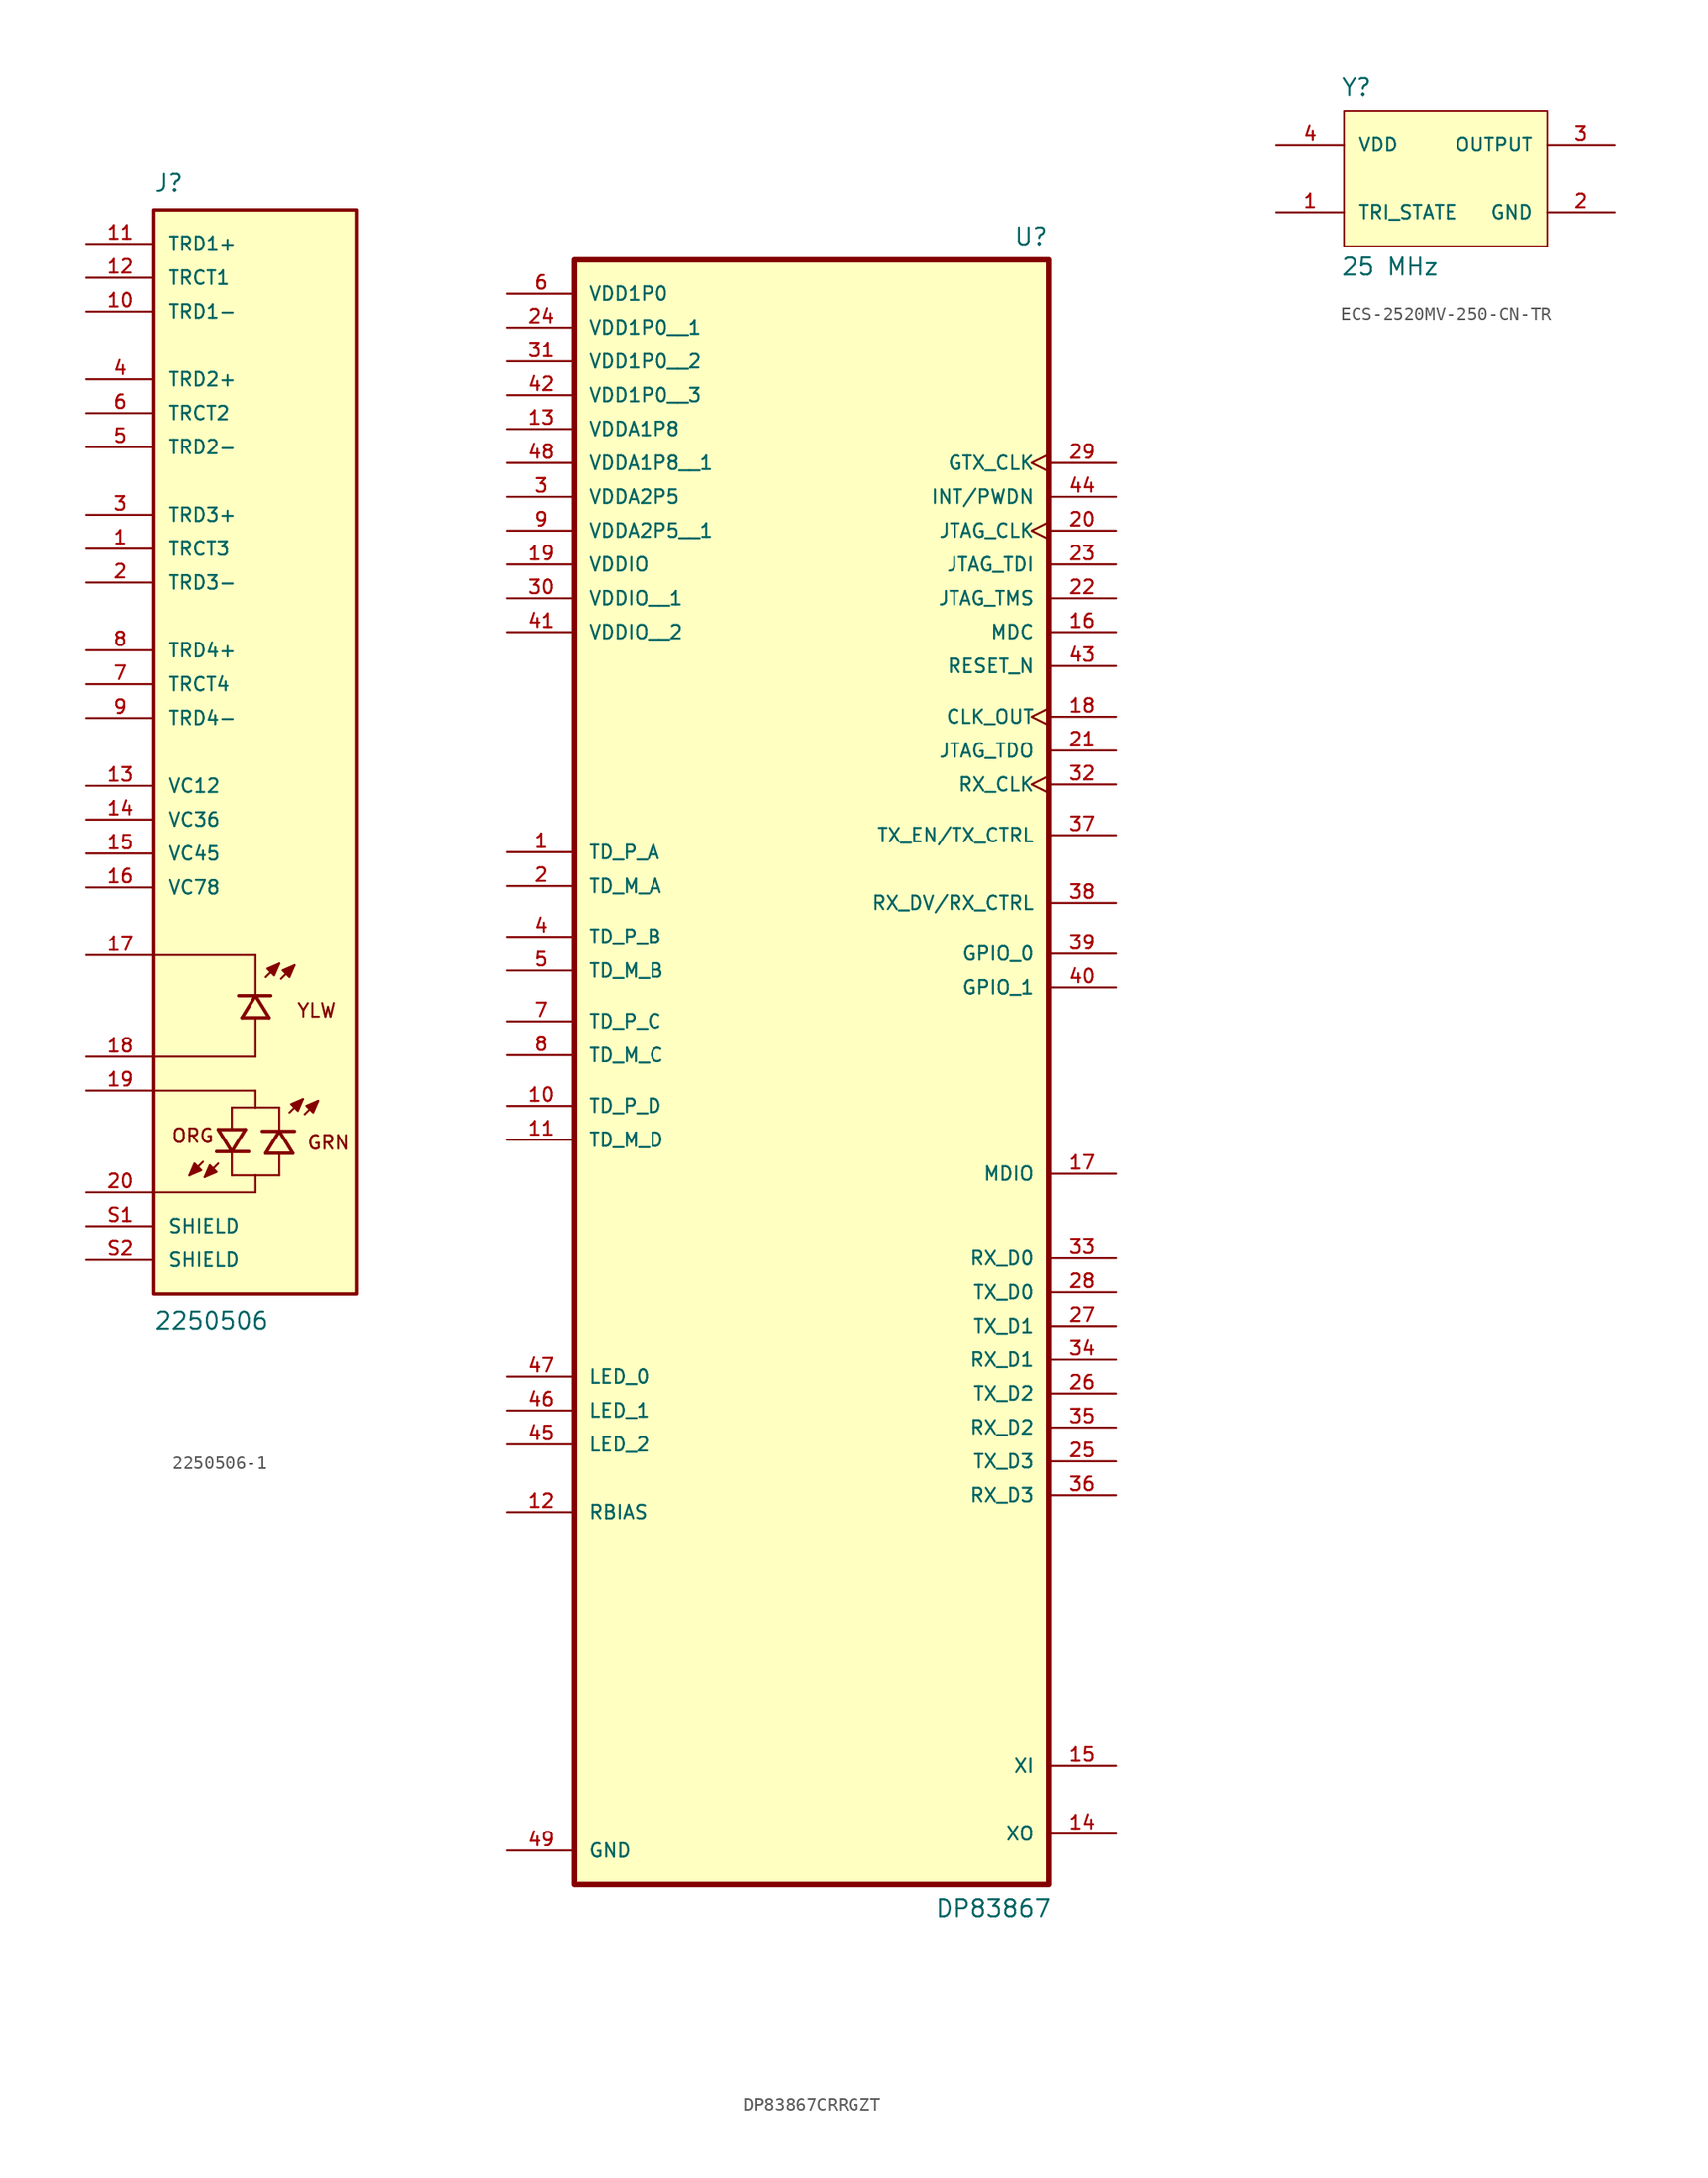
<source format=kicad_sym>
(kicad_symbol_lib
  (version 20231120)
  (generator "kicad_symbol_editor")
  (generator_version "8.0")
  (symbol "2250506-1"
    (pin_names
      (offset 1.016))
    (property "Reference" "J"
      (at -7.62 41.91 0)
      (effects (font (size 1.27 1.27)) (justify left bottom)))
    (property "Value" "2250506"
      (at -7.62 -41.91 0)
      (effects (font (size 1.27 1.27)) (justify left top)))
    (symbol "2250506-1_0_0"
      (rectangle (start -7.62 -40.64) (end 7.62 40.64) (stroke (width 0.254) (type default)) (fill (type background)))
      (polyline (pts (xy -3.937 -30.734) (xy -4.953 -31.75)) (stroke (width 0.152) (type default)) (fill (type none)))
      (polyline (pts (xy -2.921 -29.972) (xy -1.778 -29.972)) (stroke (width 0.254) (type default)) (fill (type none)))
      (polyline (pts (xy -2.794 -30.861) (xy -3.81 -31.877)) (stroke (width 0.152) (type default)) (fill (type none)))
      (polyline (pts (xy -2.794 -28.321) (xy -1.778 -29.972)) (stroke (width 0.254) (type default)) (fill (type none)))
      (polyline (pts (xy -2.794 -28.321) (xy -0.762 -28.321)) (stroke (width 0.254) (type default)) (fill (type none)))
      (polyline (pts (xy -1.778 -31.75) (xy 0 -31.75)) (stroke (width 0.152) (type default)) (fill (type none)))
      (polyline (pts (xy -1.778 -30.099) (xy -1.778 -31.75)) (stroke (width 0.152) (type default)) (fill (type none)))
      (polyline (pts (xy -1.778 -29.972) (xy -0.762 -28.321)) (stroke (width 0.254) (type default)) (fill (type none)))
      (polyline (pts (xy -1.778 -29.972) (xy -0.508 -29.972)) (stroke (width 0.254) (type default)) (fill (type none)))
      (polyline (pts (xy -1.778 -26.67) (xy -1.778 -28.194)) (stroke (width 0.152) (type default)) (fill (type none)))
      (polyline (pts (xy -1.778 -26.67) (xy 0 -26.67)) (stroke (width 0.152) (type default)) (fill (type none)))
      (polyline (pts (xy 0 -33.02) (xy -7.62 -33.02)) (stroke (width 0.152) (type default)) (fill (type none)))
      (polyline (pts (xy 0 -31.75) (xy 0 -33.02)) (stroke (width 0.152) (type default)) (fill (type none)))
      (polyline (pts (xy 0 -31.75) (xy 1.778 -31.75)) (stroke (width 0.152) (type default)) (fill (type none)))
      (polyline (pts (xy 0 -26.67) (xy 0 -25.4)) (stroke (width 0.152) (type default)) (fill (type none)))
      (polyline (pts (xy 0 -26.67) (xy 1.778 -26.67)) (stroke (width 0.152) (type default)) (fill (type none)))
      (polyline (pts (xy 0 -25.4) (xy -7.62 -25.4)) (stroke (width 0.152) (type default)) (fill (type none)))
      (polyline (pts (xy 0 -22.86) (xy -7.62 -22.86)) (stroke (width 0.152) (type default)) (fill (type none)))
      (polyline (pts (xy 0 -22.86) (xy 0 -20.066)) (stroke (width 0.152) (type default)) (fill (type none)))
      (polyline (pts (xy 0 -18.288) (xy -1.27 -18.288)) (stroke (width 0.254) (type default)) (fill (type none)))
      (polyline (pts (xy 0 -18.288) (xy -1.016 -19.939)) (stroke (width 0.254) (type default)) (fill (type none)))
      (polyline (pts (xy 0 -18.161) (xy 0 -15.24)) (stroke (width 0.152) (type default)) (fill (type none)))
      (polyline (pts (xy 0 -15.24) (xy -7.62 -15.24)) (stroke (width 0.152) (type default)) (fill (type none)))
      (polyline (pts (xy 0.762 -16.891) (xy 1.778 -15.875)) (stroke (width 0.152) (type default)) (fill (type none)))
      (polyline (pts (xy 1.016 -19.939) (xy -1.016 -19.939)) (stroke (width 0.254) (type default)) (fill (type none)))
      (polyline (pts (xy 1.016 -19.939) (xy 0 -18.288)) (stroke (width 0.254) (type default)) (fill (type none)))
      (polyline (pts (xy 1.143 -18.288) (xy 0 -18.288)) (stroke (width 0.254) (type default)) (fill (type none)))
      (polyline (pts (xy 1.778 -31.75) (xy 1.778 -30.226)) (stroke (width 0.152) (type default)) (fill (type none)))
      (polyline (pts (xy 1.778 -28.448) (xy 0.508 -28.448)) (stroke (width 0.254) (type default)) (fill (type none)))
      (polyline (pts (xy 1.778 -28.448) (xy 0.762 -30.099)) (stroke (width 0.254) (type default)) (fill (type none)))
      (polyline (pts (xy 1.778 -28.321) (xy 1.778 -26.67)) (stroke (width 0.152) (type default)) (fill (type none)))
      (polyline (pts (xy 1.905 -17.018) (xy 2.921 -16.002)) (stroke (width 0.152) (type default)) (fill (type none)))
      (polyline (pts (xy 2.54 -27.051) (xy 3.556 -26.035)) (stroke (width 0.152) (type default)) (fill (type none)))
      (polyline (pts (xy 2.794 -30.099) (xy 0.762 -30.099)) (stroke (width 0.254) (type default)) (fill (type none)))
      (polyline (pts (xy 2.794 -30.099) (xy 1.778 -28.448)) (stroke (width 0.254) (type default)) (fill (type none)))
      (polyline (pts (xy 2.921 -28.448) (xy 1.778 -28.448)) (stroke (width 0.254) (type default)) (fill (type none)))
      (polyline (pts (xy 3.683 -27.178) (xy 4.699 -26.162)) (stroke (width 0.152) (type default)) (fill (type none)))
      (polyline (pts (xy -4.953 -31.75) (xy -4.064 -31.369) (xy -4.572 -30.861) (xy -4.953 -31.75)) (stroke (width 0.152) (type default)) (fill (type outline)))
      (polyline (pts (xy -3.81 -31.877) (xy -2.921 -31.496) (xy -3.429 -30.988) (xy -3.81 -31.877)) (stroke (width 0.152) (type default)) (fill (type outline)))
      (polyline (pts (xy 1.778 -15.875) (xy 0.889 -16.256) (xy 1.397 -16.764) (xy 1.778 -15.875)) (stroke (width 0.152) (type default)) (fill (type outline)))
      (polyline (pts (xy 2.921 -16.002) (xy 2.032 -16.383) (xy 2.54 -16.891) (xy 2.921 -16.002)) (stroke (width 0.152) (type default)) (fill (type outline)))
      (polyline (pts (xy 3.556 -26.035) (xy 2.667 -26.416) (xy 3.175 -26.924) (xy 3.556 -26.035)) (stroke (width 0.152) (type default)) (fill (type outline)))
      (polyline (pts (xy 4.699 -26.162) (xy 3.81 -26.543) (xy 4.318 -27.051) (xy 4.699 -26.162)) (stroke (width 0.152) (type default)) (fill (type outline)))
      (text "GRN" (at 3.81 -28.702 0) (effects (font (size 1.016 1.016)) (justify left top)))
      (text "ORG" (at -6.35 -28.194 0) (effects (font (size 1.016 1.016)) (justify left top)))
      (text "YLW" (at 3.048 -18.796 0) (effects (font (size 1.016 1.016)) (justify left top)))
      (pin passive line (at -12.7 15.24 0) (length 5.08) (name "TRCT3" (effects (font (size 1.016 1.016)))) (number "1" (effects (font (size 1.016 1.016)))))
      (pin passive line (at -12.7 33.02 0) (length 5.08) (name "TRD1-" (effects (font (size 1.016 1.016)))) (number "10" (effects (font (size 1.016 1.016)))))
      (pin passive line (at -12.7 38.1 0) (length 5.08) (name "TRD1+" (effects (font (size 1.016 1.016)))) (number "11" (effects (font (size 1.016 1.016)))))
      (pin passive line (at -12.7 35.56 0) (length 5.08) (name "TRCT1" (effects (font (size 1.016 1.016)))) (number "12" (effects (font (size 1.016 1.016)))))
      (pin passive line (at -12.7 -2.54 0) (length 5.08) (name "VC12" (effects (font (size 1.016 1.016)))) (number "13" (effects (font (size 1.016 1.016)))))
      (pin passive line (at -12.7 -5.08 0) (length 5.08) (name "VC36" (effects (font (size 1.016 1.016)))) (number "14" (effects (font (size 1.016 1.016)))))
      (pin passive line (at -12.7 -7.62 0) (length 5.08) (name "VC45" (effects (font (size 1.016 1.016)))) (number "15" (effects (font (size 1.016 1.016)))))
      (pin passive line (at -12.7 -10.16 0) (length 5.08) (name "VC78" (effects (font (size 1.016 1.016)))) (number "16" (effects (font (size 1.016 1.016)))))
      (pin passive line (at -12.7 -15.24 0) (length 5.08) (name "~" (effects (font (size 1.016 1.016)))) (number "17" (effects (font (size 1.016 1.016)))))
      (pin passive line (at -12.7 -22.86 0) (length 5.08) (name "~" (effects (font (size 1.016 1.016)))) (number "18" (effects (font (size 1.016 1.016)))))
      (pin passive line (at -12.7 -25.4 0) (length 5.08) (name "~" (effects (font (size 1.016 1.016)))) (number "19" (effects (font (size 1.016 1.016)))))
      (pin passive line (at -12.7 12.7 0) (length 5.08) (name "TRD3-" (effects (font (size 1.016 1.016)))) (number "2" (effects (font (size 1.016 1.016)))))
      (pin passive line (at -12.7 -33.02 0) (length 5.08) (name "~" (effects (font (size 1.016 1.016)))) (number "20" (effects (font (size 1.016 1.016)))))
      (pin passive line (at -12.7 17.78 0) (length 5.08) (name "TRD3+" (effects (font (size 1.016 1.016)))) (number "3" (effects (font (size 1.016 1.016)))))
      (pin passive line (at -12.7 27.94 0) (length 5.08) (name "TRD2+" (effects (font (size 1.016 1.016)))) (number "4" (effects (font (size 1.016 1.016)))))
      (pin passive line (at -12.7 22.86 0) (length 5.08) (name "TRD2-" (effects (font (size 1.016 1.016)))) (number "5" (effects (font (size 1.016 1.016)))))
      (pin passive line (at -12.7 25.4 0) (length 5.08) (name "TRCT2" (effects (font (size 1.016 1.016)))) (number "6" (effects (font (size 1.016 1.016)))))
      (pin passive line (at -12.7 5.08 0) (length 5.08) (name "TRCT4" (effects (font (size 1.016 1.016)))) (number "7" (effects (font (size 1.016 1.016)))))
      (pin passive line (at -12.7 7.62 0) (length 5.08) (name "TRD4+" (effects (font (size 1.016 1.016)))) (number "8" (effects (font (size 1.016 1.016)))))
      (pin passive line (at -12.7 2.54 0) (length 5.08) (name "TRD4-" (effects (font (size 1.016 1.016)))) (number "9" (effects (font (size 1.016 1.016)))))
      (pin passive line (at -12.7 -35.56 0) (length 5.08) (name "SHIELD" (effects (font (size 1.016 1.016)))) (number "S1" (effects (font (size 1.016 1.016)))))
      (pin passive line (at -12.7 -38.1 0) (length 5.08) (name "SHIELD" (effects (font (size 1.016 1.016)))) (number "S2" (effects (font (size 1.016 1.016)))))))
  (symbol "DP83867CRRGZT"
    (pin_names
      (offset 1.016))
    (property "Reference" "U"
      (at 17.78 64.5 0)
      (effects (font (size 1.27 1.27)) (justify right bottom)))
    (property "Value" "DP83867"
      (at 18.034 -60.96 0)
      (effects (font (size 1.27 1.27)) (justify right bottom)))
    (symbol "DP83867CRRGZT_0_0"
      (rectangle (start 17.78 63.5) (end -17.78 -58.42) (stroke (width 0.41) (type default)) (fill (type background)))
      (pin bidirectional line (at -22.86 19.05 0) (length 5.08) (name "TD_P_A" (effects (font (size 1.016 1.016)))) (number "1" (effects (font (size 1.016 1.016)))))
      (pin bidirectional line (at -22.86 0 0) (length 5.08) (name "TD_P_D" (effects (font (size 1.016 1.016)))) (number "10" (effects (font (size 1.016 1.016)))))
      (pin bidirectional line (at -22.86 -2.54 0) (length 5.08) (name "TD_M_D" (effects (font (size 1.016 1.016)))) (number "11" (effects (font (size 1.016 1.016)))))
      (pin bidirectional line (at -22.86 -30.48 0) (length 5.08) (name "RBIAS" (effects (font (size 1.016 1.016)))) (number "12" (effects (font (size 1.016 1.016)))))
      (pin power_in line (at -22.86 50.8 0) (length 5.08) (name "VDDA1P8" (effects (font (size 1.016 1.016)))) (number "13" (effects (font (size 1.016 1.016)))))
      (pin bidirectional line (at 22.86 -54.61 180) (length 5.08) (name "XO" (effects (font (size 1.016 1.016)))) (number "14" (effects (font (size 1.016 1.016)))))
      (pin input line (at 22.86 -49.53 180) (length 5.08) (name "XI" (effects (font (size 1.016 1.016)))) (number "15" (effects (font (size 1.016 1.016)))))
      (pin input line (at 22.86 35.56 180) (length 5.08) (name "MDC" (effects (font (size 1.016 1.016)))) (number "16" (effects (font (size 1.016 1.016)))))
      (pin bidirectional line (at 22.86 -5.08 180) (length 5.08) (name "MDIO" (effects (font (size 1.016 1.016)))) (number "17" (effects (font (size 1.016 1.016)))))
      (pin output clock (at 22.86 29.21 180) (length 5.08) (name "CLK_OUT" (effects (font (size 1.016 1.016)))) (number "18" (effects (font (size 1.016 1.016)))))
      (pin power_in line (at -22.86 40.64 0) (length 5.08) (name "VDDIO" (effects (font (size 1.016 1.016)))) (number "19" (effects (font (size 1.016 1.016)))))
      (pin bidirectional line (at -22.86 16.51 0) (length 5.08) (name "TD_M_A" (effects (font (size 1.016 1.016)))) (number "2" (effects (font (size 1.016 1.016)))))
      (pin input clock (at 22.86 43.18 180) (length 5.08) (name "JTAG_CLK" (effects (font (size 1.016 1.016)))) (number "20" (effects (font (size 1.016 1.016)))))
      (pin output line (at 22.86 26.67 180) (length 5.08) (name "JTAG_TDO" (effects (font (size 1.016 1.016)))) (number "21" (effects (font (size 1.016 1.016)))))
      (pin input line (at 22.86 38.1 180) (length 5.08) (name "JTAG_TMS" (effects (font (size 1.016 1.016)))) (number "22" (effects (font (size 1.016 1.016)))))
      (pin input line (at 22.86 40.64 180) (length 5.08) (name "JTAG_TDI" (effects (font (size 1.016 1.016)))) (number "23" (effects (font (size 1.016 1.016)))))
      (pin power_in line (at -22.86 58.42 0) (length 5.08) (name "VDD1P0__1" (effects (font (size 1.016 1.016)))) (number "24" (effects (font (size 1.016 1.016)))))
      (pin input line (at 22.86 -26.67 180) (length 5.08) (name "TX_D3" (effects (font (size 1.016 1.016)))) (number "25" (effects (font (size 1.016 1.016)))))
      (pin input line (at 22.86 -21.59 180) (length 5.08) (name "TX_D2" (effects (font (size 1.016 1.016)))) (number "26" (effects (font (size 1.016 1.016)))))
      (pin input line (at 22.86 -16.51 180) (length 5.08) (name "TX_D1" (effects (font (size 1.016 1.016)))) (number "27" (effects (font (size 1.016 1.016)))))
      (pin input line (at 22.86 -13.97 180) (length 5.08) (name "TX_D0" (effects (font (size 1.016 1.016)))) (number "28" (effects (font (size 1.016 1.016)))))
      (pin input clock (at 22.86 48.26 180) (length 5.08) (name "GTX_CLK" (effects (font (size 1.016 1.016)))) (number "29" (effects (font (size 1.016 1.016)))))
      (pin power_in line (at -22.86 45.72 0) (length 5.08) (name "VDDA2P5" (effects (font (size 1.016 1.016)))) (number "3" (effects (font (size 1.016 1.016)))))
      (pin power_in line (at -22.86 38.1 0) (length 5.08) (name "VDDIO__1" (effects (font (size 1.016 1.016)))) (number "30" (effects (font (size 1.016 1.016)))))
      (pin power_in line (at -22.86 55.88 0) (length 5.08) (name "VDD1P0__2" (effects (font (size 1.016 1.016)))) (number "31" (effects (font (size 1.016 1.016)))))
      (pin output clock (at 22.86 24.13 180) (length 5.08) (name "RX_CLK" (effects (font (size 1.016 1.016)))) (number "32" (effects (font (size 1.016 1.016)))))
      (pin output line (at 22.86 -11.43 180) (length 5.08) (name "RX_D0" (effects (font (size 1.016 1.016)))) (number "33" (effects (font (size 1.016 1.016)))))
      (pin output line (at 22.86 -19.05 180) (length 5.08) (name "RX_D1" (effects (font (size 1.016 1.016)))) (number "34" (effects (font (size 1.016 1.016)))))
      (pin output line (at 22.86 -24.13 180) (length 5.08) (name "RX_D2" (effects (font (size 1.016 1.016)))) (number "35" (effects (font (size 1.016 1.016)))))
      (pin output line (at 22.86 -29.21 180) (length 5.08) (name "RX_D3" (effects (font (size 1.016 1.016)))) (number "36" (effects (font (size 1.016 1.016)))))
      (pin input line (at 22.86 20.32 180) (length 5.08) (name "TX_EN/TX_CTRL" (effects (font (size 1.016 1.016)))) (number "37" (effects (font (size 1.016 1.016)))))
      (pin output line (at 22.86 15.24 180) (length 5.08) (name "RX_DV/RX_CTRL" (effects (font (size 1.016 1.016)))) (number "38" (effects (font (size 1.016 1.016)))))
      (pin bidirectional line (at 22.86 11.43 180) (length 5.08) (name "GPIO_0" (effects (font (size 1.016 1.016)))) (number "39" (effects (font (size 1.016 1.016)))))
      (pin bidirectional line (at -22.86 12.7 0) (length 5.08) (name "TD_P_B" (effects (font (size 1.016 1.016)))) (number "4" (effects (font (size 1.016 1.016)))))
      (pin bidirectional line (at 22.86 8.89 180) (length 5.08) (name "GPIO_1" (effects (font (size 1.016 1.016)))) (number "40" (effects (font (size 1.016 1.016)))))
      (pin power_in line (at -22.86 35.56 0) (length 5.08) (name "VDDIO__2" (effects (font (size 1.016 1.016)))) (number "41" (effects (font (size 1.016 1.016)))))
      (pin power_in line (at -22.86 53.34 0) (length 5.08) (name "VDD1P0__3" (effects (font (size 1.016 1.016)))) (number "42" (effects (font (size 1.016 1.016)))))
      (pin input line (at 22.86 33.02 180) (length 5.08) (name "RESET_N" (effects (font (size 1.016 1.016)))) (number "43" (effects (font (size 1.016 1.016)))))
      (pin input line (at 22.86 45.72 180) (length 5.08) (name "INT/PWDN" (effects (font (size 1.016 1.016)))) (number "44" (effects (font (size 1.016 1.016)))))
      (pin bidirectional line (at -22.86 -25.4 0) (length 5.08) (name "LED_2" (effects (font (size 1.016 1.016)))) (number "45" (effects (font (size 1.016 1.016)))))
      (pin bidirectional line (at -22.86 -22.86 0) (length 5.08) (name "LED_1" (effects (font (size 1.016 1.016)))) (number "46" (effects (font (size 1.016 1.016)))))
      (pin bidirectional line (at -22.86 -20.32 0) (length 5.08) (name "LED_0" (effects (font (size 1.016 1.016)))) (number "47" (effects (font (size 1.016 1.016)))))
      (pin power_in line (at -22.86 48.26 0) (length 5.08) (name "VDDA1P8__1" (effects (font (size 1.016 1.016)))) (number "48" (effects (font (size 1.016 1.016)))))
      (pin power_in line (at -22.86 -55.88 0) (length 5.08) (name "GND" (effects (font (size 1.016 1.016)))) (number "49" (effects (font (size 1.016 1.016)))))
      (pin bidirectional line (at -22.86 10.16 0) (length 5.08) (name "TD_M_B" (effects (font (size 1.016 1.016)))) (number "5" (effects (font (size 1.016 1.016)))))
      (pin power_in line (at -22.86 60.96 0) (length 5.08) (name "VDD1P0" (effects (font (size 1.016 1.016)))) (number "6" (effects (font (size 1.016 1.016)))))
      (pin bidirectional line (at -22.86 6.35 0) (length 5.08) (name "TD_P_C" (effects (font (size 1.016 1.016)))) (number "7" (effects (font (size 1.016 1.016)))))
      (pin bidirectional line (at -22.86 3.81 0) (length 5.08) (name "TD_M_C" (effects (font (size 1.016 1.016)))) (number "8" (effects (font (size 1.016 1.016)))))
      (pin power_in line (at -22.86 43.18 0) (length 5.08) (name "VDDA2P5__1" (effects (font (size 1.016 1.016)))) (number "9" (effects (font (size 1.016 1.016)))))))
  (symbol "ECS-2520MV-250-CN-TR"
    (pin_names
      (offset 1.016))
    (property "Reference" "Y"
      (at -7.874 2.286 0)
      (effects (font (size 1.27 1.27)) (justify left bottom)))
    (property "Value" "25 MHz"
      (at -7.874 -11.176 0)
      (effects (font (size 1.27 1.27)) (justify left bottom)))
    (symbol "ECS-2520MV-250-CN-TR_0_0"
      (rectangle (start -7.62 1.27) (end 7.62 -8.89) (stroke (width 0.127) (type default)) (fill (type background)))
      (pin power_in line (at 12.7 -6.35 180) (length 5.08) (name "GND" (effects (font (size 1.016 1.016)))) (number "2" (effects (font (size 1.016 1.016)))))
      (pin output line (at 12.7 -1.27 180) (length 5.08) (name "OUTPUT" (effects (font (size 1.016 1.016)))) (number "3" (effects (font (size 1.016 1.016)))))
      (pin input line (at -12.7 -1.27 0) (length 5.08) (name "VDD" (effects (font (size 1.016 1.016)))) (number "4" (effects (font (size 1.016 1.016))))))
    (symbol "ECS-2520MV-250-CN-TR_1_0"
      (pin input line (at -12.7 -6.35 0) (length 5.08) (name "TRI_STATE" (effects (font (size 1.016 1.016)))) (number "1" (effects (font (size 1.016 1.016))))))))
</source>
